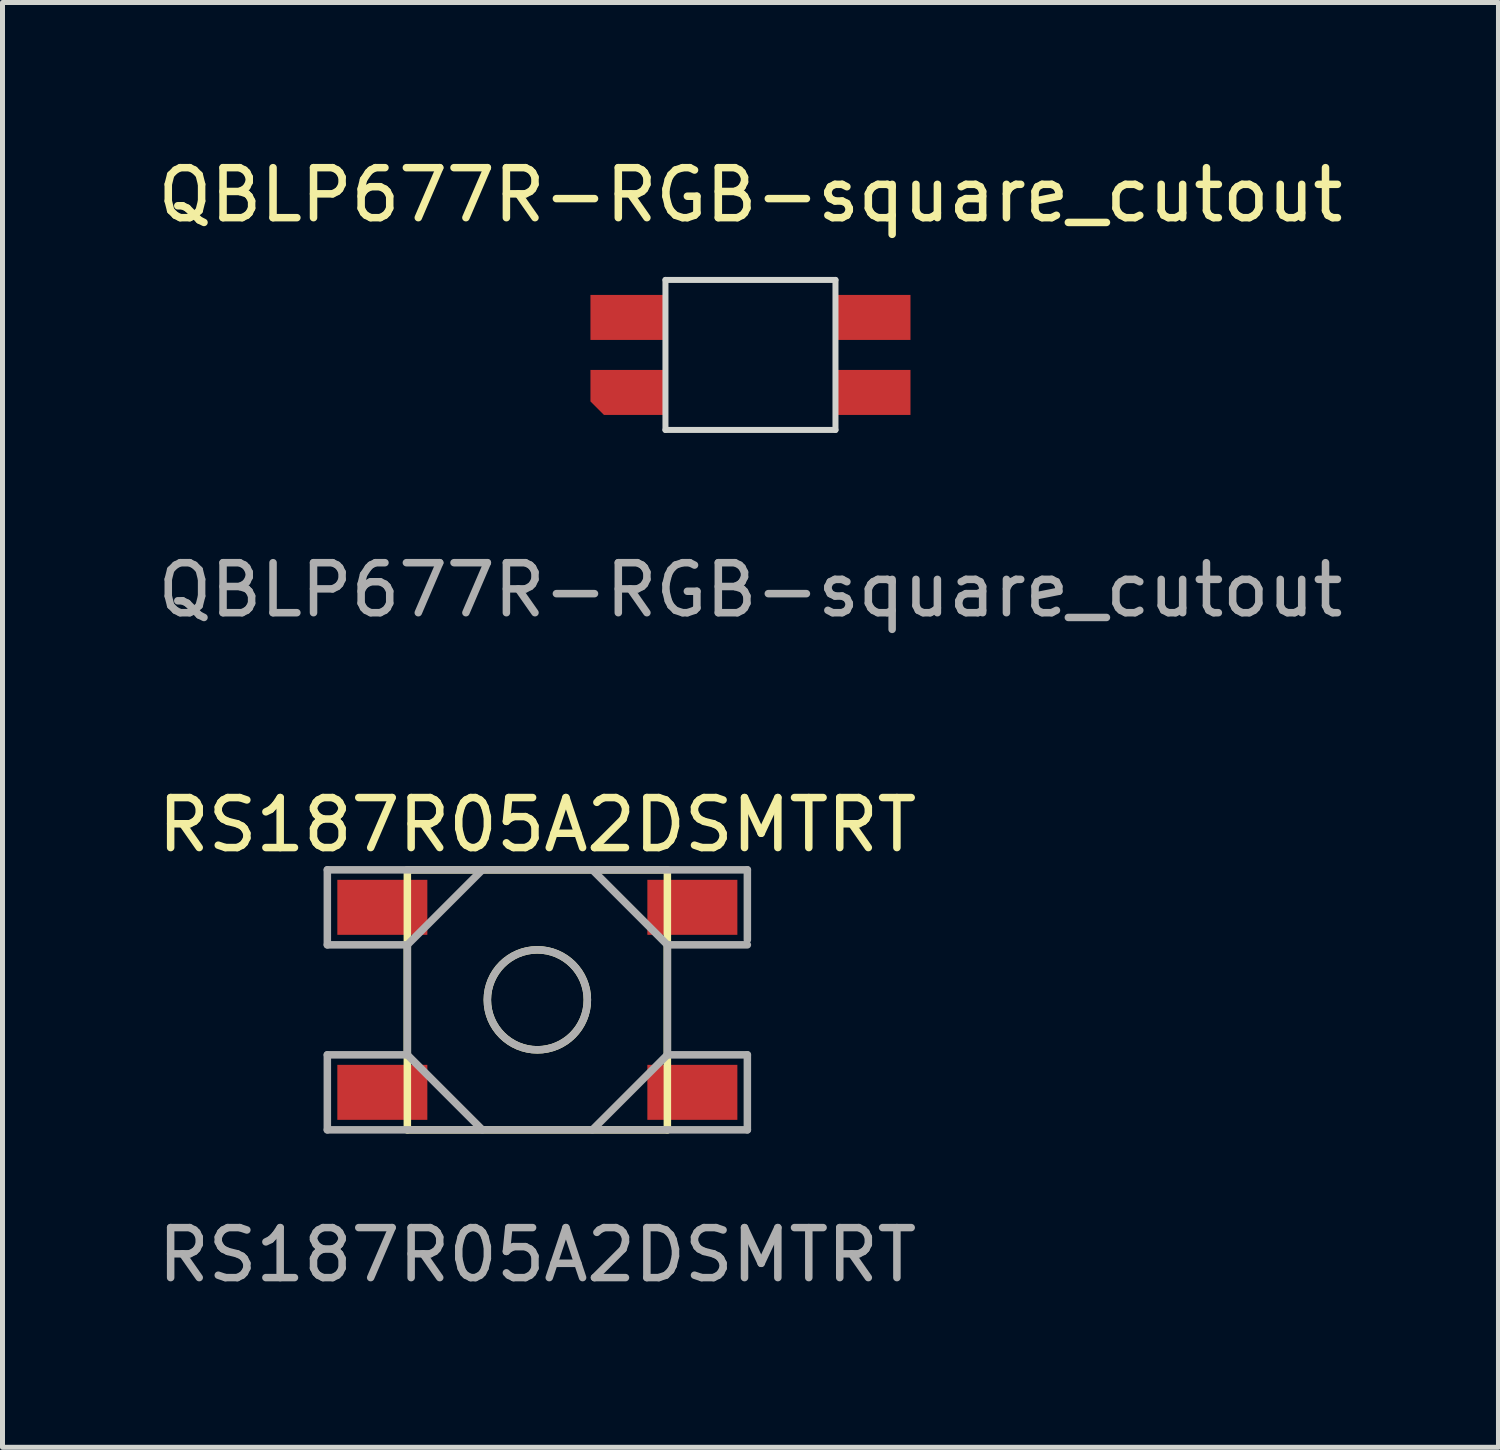
<source format=kicad_pcb>
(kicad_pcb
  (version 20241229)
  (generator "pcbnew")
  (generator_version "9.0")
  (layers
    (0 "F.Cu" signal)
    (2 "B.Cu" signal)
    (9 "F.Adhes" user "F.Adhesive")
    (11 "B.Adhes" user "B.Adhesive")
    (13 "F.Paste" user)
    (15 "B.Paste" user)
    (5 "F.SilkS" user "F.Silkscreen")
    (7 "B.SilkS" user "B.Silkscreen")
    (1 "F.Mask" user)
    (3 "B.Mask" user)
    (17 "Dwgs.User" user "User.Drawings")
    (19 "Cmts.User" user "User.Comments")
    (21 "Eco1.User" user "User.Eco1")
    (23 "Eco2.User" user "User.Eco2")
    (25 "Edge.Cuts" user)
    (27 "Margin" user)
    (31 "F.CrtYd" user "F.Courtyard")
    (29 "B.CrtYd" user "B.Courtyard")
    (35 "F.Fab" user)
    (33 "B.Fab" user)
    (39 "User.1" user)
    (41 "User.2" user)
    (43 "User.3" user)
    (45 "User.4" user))
  (footprint "QBLP677R-RGB-square_cutout"
    (layer "F.Cu")
    (at 11.958 4.048)
    (property "Reference" "QBLP677R-RGB-square_cutout" (at 0 -3.2 0) (unlocked yes) (layer "F.SilkS") (effects (font (size 1 1) (thickness 0.15))))
    (attr smd)
    (fp_line (start -1.7 -1.5) (end -1.7 1.5) (stroke (width 0.12) (type solid)) (layer "Edge.Cuts"))
    (fp_line (start -1.7 1.5) (end 1.7 1.5) (stroke (width 0.12) (type solid)) (layer "Edge.Cuts"))
    (fp_line (start 1.7 -1.5) (end -1.7 -1.5) (stroke (width 0.12) (type solid)) (layer "Edge.Cuts"))
    (fp_line (start 1.7 1.5) (end 1.7 -1.5) (stroke (width 0.12) (type solid)) (layer "Edge.Cuts"))
    (fp_text user "${REFERENCE}" (at 0 4.7 0) (unlocked yes) (layer "F.Fab") (effects (font (size 1 1) (thickness 0.15))))
    (pad "1" smd roundrect (at -2.45 0.75) (size 1.5 0.9) (layers "F.Cu" "F.Mask" "F.Paste") (roundrect_rratio 0) (chamfer_ratio 0.3) (chamfer bottom_left))
    (pad "2" smd rect (at 2.45 0.75) (size 1.5 0.9) (layers "F.Cu" "F.Mask" "F.Paste"))
    (pad "3" smd rect (at 2.45 -0.75) (size 1.5 0.9) (layers "F.Cu" "F.Mask" "F.Paste"))
    (pad "4" smd rect (at -2.45 -0.75) (size 1.5 0.9) (layers "F.Cu" "F.Mask" "F.Paste")))
  (footprint "RS187R05A2DSMTRT"
    (layer "F.Cu")
    (at 7.696 16.945)
    (property "Reference" "RS187R05A2DSMTRT" (at 0 -3.5 0) (unlocked yes) (layer "F.SilkS") (effects (font (size 1 1) (thickness 0.15))))
    (attr smd)
    (fp_line (start -2.6 -2.6) (end 2.6 -2.6) (stroke (width 0.15) (type solid)) (layer "F.SilkS"))
    (fp_line (start -2.6 2.6) (end -2.6 -2.6) (stroke (width 0.15) (type solid)) (layer "F.SilkS"))
    (fp_line (start 2.6 -2.6) (end 2.6 2.6) (stroke (width 0.15) (type solid)) (layer "F.SilkS"))
    (fp_line (start 2.6 2.6) (end -2.6 2.6) (stroke (width 0.15) (type solid)) (layer "F.SilkS"))
    (fp_circle (center 0 0) (end 1 0) (stroke (width 0.15) (type solid)) (fill no) (layer "F.SilkS"))
    (fp_line (start -4.2 -2.6) (end 4.2 -2.6) (stroke (width 0.15) (type solid)) (layer "F.Fab"))
    (fp_line (start -4.2 -1.1) (end -4.2 -2.6) (stroke (width 0.15) (type solid)) (layer "F.Fab"))
    (fp_line (start -4.2 1.1) (end -2.6 1.1) (stroke (width 0.15) (type solid)) (layer "F.Fab"))
    (fp_line (start -4.2 2.6) (end -4.2 1.1) (stroke (width 0.15) (type solid)) (layer "F.Fab"))
    (fp_line (start -2.6 -1.1) (end -4.2 -1.1) (stroke (width 0.15) (type solid)) (layer "F.Fab"))
    (fp_line (start -2.6 -1.1) (end -1.1 -2.6) (stroke (width 0.15) (type solid)) (layer "F.Fab"))
    (fp_line (start -2.6 1.1) (end -2.6 -1.1) (stroke (width 0.15) (type solid)) (layer "F.Fab"))
    (fp_line (start -2.6 1.1) (end -1.1 2.6) (stroke (width 0.15) (type solid)) (layer "F.Fab"))
    (fp_line (start 2.6 -1.1) (end 1.1 -2.6) (stroke (width 0.15) (type solid)) (layer "F.Fab"))
    (fp_line (start 2.6 -1.1) (end 2.6 1.1) (stroke (width 0.15) (type solid)) (layer "F.Fab"))
    (fp_line (start 2.6 1.1) (end 1.1 2.6) (stroke (width 0.15) (type solid)) (layer "F.Fab"))
    (fp_line (start 2.6 1.1) (end 4.2 1.1) (stroke (width 0.15) (type solid)) (layer "F.Fab"))
    (fp_line (start 4.2 -2.6) (end 4.2 -1.2) (stroke (width 0.15) (type solid)) (layer "F.Fab"))
    (fp_line (start 4.2 -1.1) (end 2.6 -1.1) (stroke (width 0.15) (type solid)) (layer "F.Fab"))
    (fp_line (start 4.2 1.1) (end 4.2 2.6) (stroke (width 0.15) (type solid)) (layer "F.Fab"))
    (fp_line (start 4.2 2.6) (end -4.2 2.6) (stroke (width 0.15) (type solid)) (layer "F.Fab"))
    (fp_circle (center 0 0) (end 1 0) (stroke (width 0.15) (type solid)) (fill no) (layer "F.Fab"))
    (fp_text user "${REFERENCE}" (at 0 5.1 0) (unlocked yes) (layer "F.Fab") (effects (font (size 1 1) (thickness 0.15))))
    (pad "1" smd rect (at 3.1 1.85) (size 1.8 1.1) (layers "F.Cu" "F.Mask" "F.Paste"))
    (pad "2" smd rect (at -3.1 -1.85) (size 1.8 1.1) (layers "F.Cu" "F.Mask" "F.Paste"))
    (pad "3" smd rect (at 3.1 -1.85) (size 1.8 1.1) (layers "F.Cu" "F.Mask" "F.Paste"))
    (pad "4" smd rect (at -3.1 1.85) (size 1.8 1.1) (layers "F.Cu" "F.Mask" "F.Paste")))
  (gr_rect
    (start -3 -3)
    (end 26.917 25.893)
    (stroke (width 0.1) (type default))
    (fill no)
    (layer "Edge.Cuts")))
</source>
